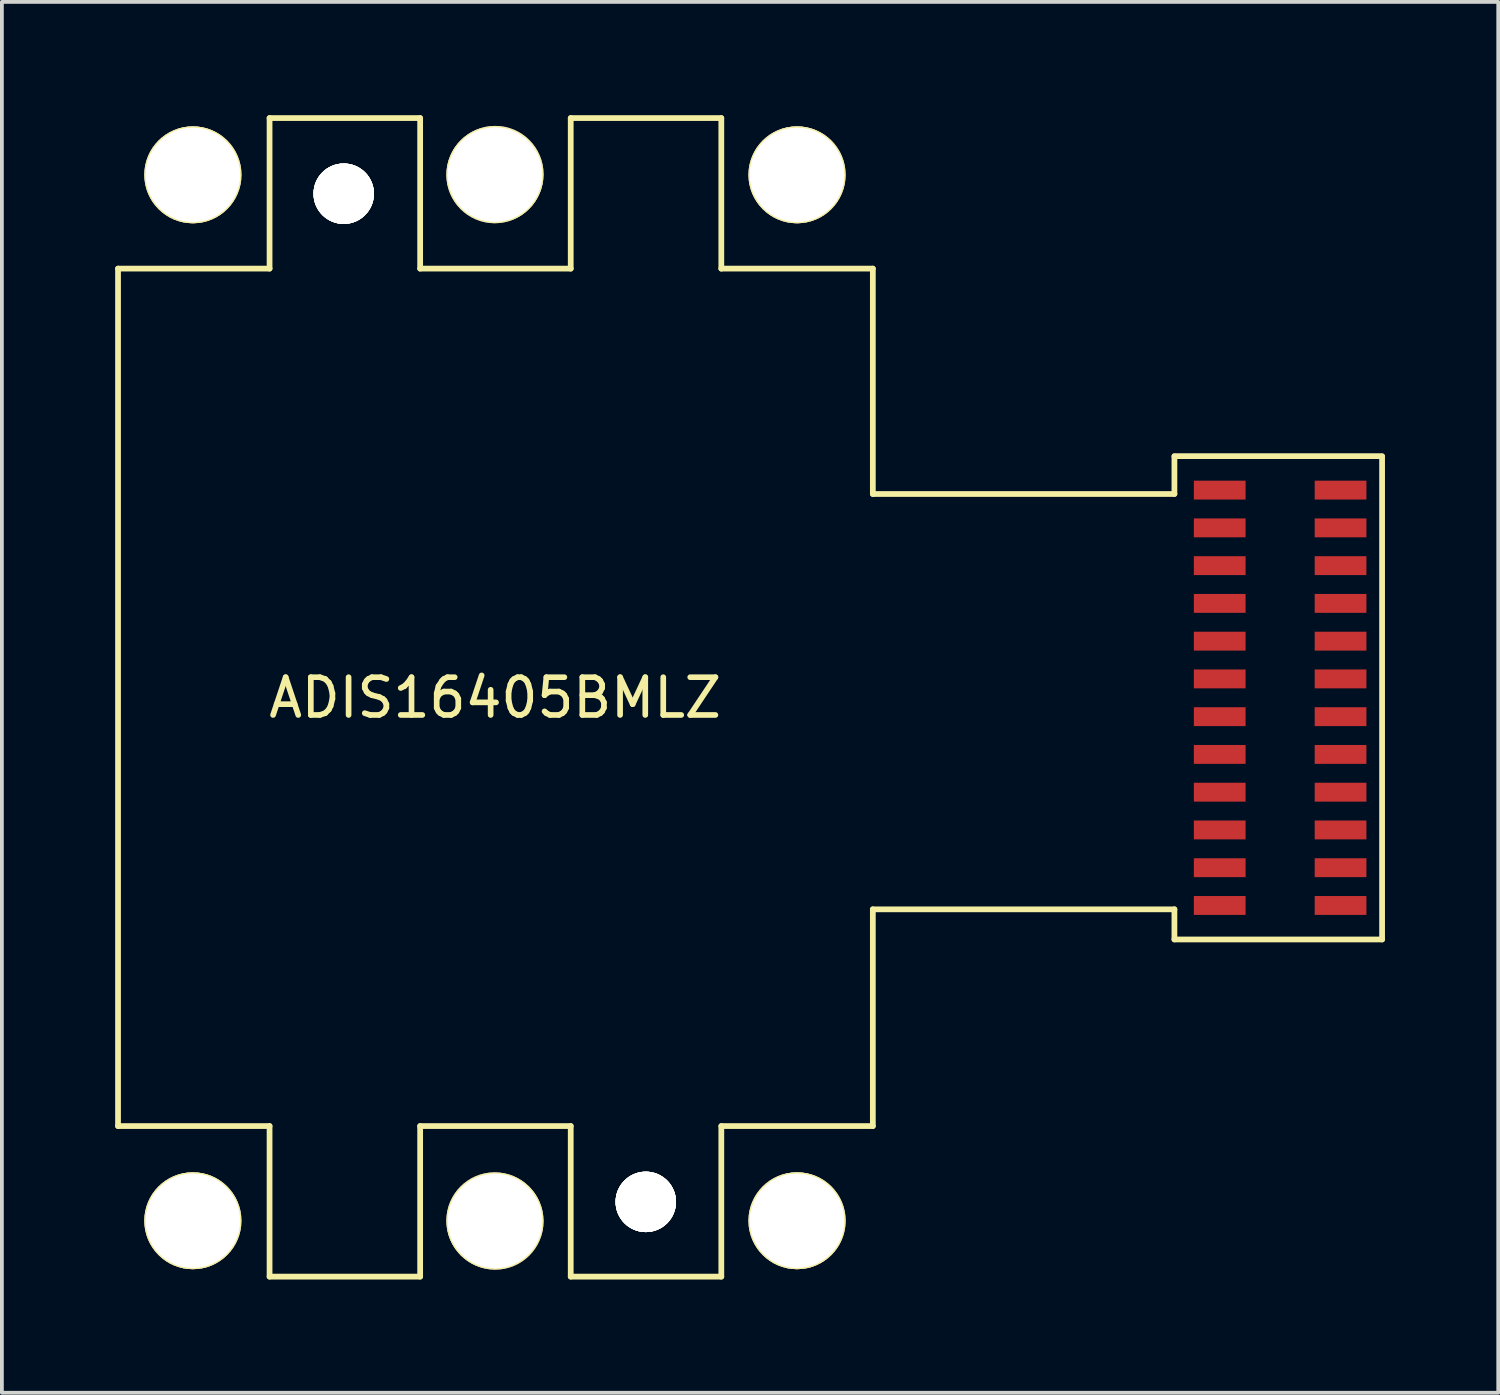
<source format=kicad_pcb>
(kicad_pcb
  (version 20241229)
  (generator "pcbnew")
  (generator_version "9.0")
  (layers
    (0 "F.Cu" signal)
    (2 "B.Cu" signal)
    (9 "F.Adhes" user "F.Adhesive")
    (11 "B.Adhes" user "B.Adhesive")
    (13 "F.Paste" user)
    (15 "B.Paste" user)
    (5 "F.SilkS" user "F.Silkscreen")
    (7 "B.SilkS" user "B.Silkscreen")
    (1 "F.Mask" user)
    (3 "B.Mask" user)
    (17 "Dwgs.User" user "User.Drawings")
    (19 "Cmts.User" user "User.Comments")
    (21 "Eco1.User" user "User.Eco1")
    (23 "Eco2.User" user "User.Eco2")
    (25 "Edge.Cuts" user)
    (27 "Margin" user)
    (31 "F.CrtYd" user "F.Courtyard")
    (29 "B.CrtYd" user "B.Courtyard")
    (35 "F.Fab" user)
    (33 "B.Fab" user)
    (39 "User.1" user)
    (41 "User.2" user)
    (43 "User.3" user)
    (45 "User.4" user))
  (footprint "ADIS16405BMLZ"
    (layer "F.Cu")
    (at 2.053 1.58)
    (property "Reference" "ADIS16405BMLZ" (at 8.01 13.85 0) (layer "F.SilkS") (effects (font (size 1 1) (thickness 0.15))))
    (attr through_hole)
    (fp_line (start -1.977 2.484) (end -1.977 25.192) (stroke (width 0.152) (type solid)) (layer "F.SilkS"))
    (fp_line (start -1.977 2.484) (end 2.036 2.484) (stroke (width 0.152) (type solid)) (layer "F.SilkS"))
    (fp_line (start -1.977 25.192) (end 2.036 25.192) (stroke (width 0.152) (type solid)) (layer "F.SilkS"))
    (fp_line (start 2.036 -1.503) (end 6.024 -1.503) (stroke (width 0.152) (type solid)) (layer "F.SilkS"))
    (fp_line (start 2.036 2.484) (end 2.036 -1.503) (stroke (width 0.152) (type solid)) (layer "F.SilkS"))
    (fp_line (start 2.036 25.192) (end 2.036 29.18) (stroke (width 0.152) (type solid)) (layer "F.SilkS"))
    (fp_line (start 2.036 29.18) (end 6.024 29.18) (stroke (width 0.152) (type solid)) (layer "F.SilkS"))
    (fp_line (start 6.024 -1.503) (end 6.024 2.484) (stroke (width 0.152) (type solid)) (layer "F.SilkS"))
    (fp_line (start 6.024 2.484) (end 10.012 2.484) (stroke (width 0.152) (type solid)) (layer "F.SilkS"))
    (fp_line (start 6.024 25.192) (end 10.012 25.192) (stroke (width 0.152) (type solid)) (layer "F.SilkS"))
    (fp_line (start 6.024 29.18) (end 6.024 25.192) (stroke (width 0.152) (type solid)) (layer "F.SilkS"))
    (fp_line (start 10.012 -1.503) (end 14 -1.503) (stroke (width 0.152) (type solid)) (layer "F.SilkS"))
    (fp_line (start 10.012 2.484) (end 10.012 -1.503) (stroke (width 0.152) (type solid)) (layer "F.SilkS"))
    (fp_line (start 10.012 25.192) (end 10.012 29.18) (stroke (width 0.152) (type solid)) (layer "F.SilkS"))
    (fp_line (start 10.012 29.18) (end 14 29.18) (stroke (width 0.152) (type solid)) (layer "F.SilkS"))
    (fp_line (start 14 -1.503) (end 14 2.484) (stroke (width 0.152) (type solid)) (layer "F.SilkS"))
    (fp_line (start 14 2.484) (end 18.013 2.484) (stroke (width 0.152) (type solid)) (layer "F.SilkS"))
    (fp_line (start 14 25.192) (end 18.013 25.192) (stroke (width 0.152) (type solid)) (layer "F.SilkS"))
    (fp_line (start 14 29.18) (end 14 25.192) (stroke (width 0.152) (type solid)) (layer "F.SilkS"))
    (fp_line (start 18.013 2.484) (end 18.013 8.453) (stroke (width 0.152) (type solid)) (layer "F.SilkS"))
    (fp_line (start 18.013 8.453) (end 26 8.453) (stroke (width 0.152) (type solid)) (layer "F.SilkS"))
    (fp_line (start 18.013 19.452) (end 18.013 25.192) (stroke (width 0.152) (type solid)) (layer "F.SilkS"))
    (fp_line (start 26 7.45) (end 31.5 7.45) (stroke (width 0.152) (type solid)) (layer "F.SilkS"))
    (fp_line (start 26 8.45) (end 26 7.459) (stroke (width 0.152) (type solid)) (layer "F.SilkS"))
    (fp_line (start 26 19.452) (end 18.013 19.452) (stroke (width 0.152) (type solid)) (layer "F.SilkS"))
    (fp_line (start 26 20.25) (end 26 19.452) (stroke (width 0.152) (type solid)) (layer "F.SilkS"))
    (fp_line (start 31.5 7.463) (end 31.5 20.25) (stroke (width 0.152) (type solid)) (layer "F.SilkS"))
    (fp_line (start 31.5 20.25) (end 26 20.25) (stroke (width 0.152) (type solid)) (layer "F.SilkS"))
    (pad "1" smd rect (at 30.4 8.35) (size 1.37 0.5) (layers "F.Cu" "F.Mask" "F.Paste"))
    (pad "2" smd rect (at 27.2 8.35) (size 1.37 0.5) (layers "F.Cu" "F.Mask" "F.Paste"))
    (pad "3" smd rect (at 30.4 9.35) (size 1.37 0.5) (layers "F.Cu" "F.Mask" "F.Paste"))
    (pad "4" smd rect (at 27.2 9.35) (size 1.37 0.5) (layers "F.Cu" "F.Mask" "F.Paste"))
    (pad "5" smd rect (at 30.4 10.35) (size 1.37 0.5) (layers "F.Cu" "F.Mask" "F.Paste"))
    (pad "6" smd rect (at 27.2 10.35) (size 1.37 0.5) (layers "F.Cu" "F.Mask" "F.Paste"))
    (pad "7" smd rect (at 30.4 11.35) (size 1.37 0.5) (layers "F.Cu" "F.Mask" "F.Paste"))
    (pad "8" smd rect (at 27.2 11.35) (size 1.37 0.5) (layers "F.Cu" "F.Mask" "F.Paste"))
    (pad "9" smd rect (at 30.4 12.35) (size 1.37 0.5) (layers "F.Cu" "F.Mask" "F.Paste"))
    (pad "10" smd rect (at 27.2 12.35) (size 1.37 0.5) (layers "F.Cu" "F.Mask" "F.Paste"))
    (pad "11" smd rect (at 30.4 13.35) (size 1.37 0.5) (layers "F.Cu" "F.Mask" "F.Paste"))
    (pad "12" smd rect (at 27.2 13.35) (size 1.37 0.5) (layers "F.Cu" "F.Mask" "F.Paste"))
    (pad "13" smd rect (at 30.4 14.35) (size 1.37 0.5) (layers "F.Cu" "F.Mask" "F.Paste"))
    (pad "14" smd rect (at 27.2 14.35) (size 1.37 0.5) (layers "F.Cu" "F.Mask" "F.Paste"))
    (pad "15" smd rect (at 30.4 15.35) (size 1.37 0.5) (layers "F.Cu" "F.Mask" "F.Paste"))
    (pad "16" smd rect (at 27.2 15.35) (size 1.37 0.5) (layers "F.Cu" "F.Mask" "F.Paste"))
    (pad "17" smd rect (at 30.4 16.35) (size 1.37 0.5) (layers "F.Cu" "F.Mask" "F.Paste"))
    (pad "18" smd rect (at 27.2 16.35) (size 1.37 0.5) (layers "F.Cu" "F.Mask" "F.Paste"))
    (pad "19" smd rect (at 30.4 17.35) (size 1.37 0.5) (layers "F.Cu" "F.Mask" "F.Paste"))
    (pad "20" smd rect (at 27.2 17.35) (size 1.37 0.5) (layers "F.Cu" "F.Mask" "F.Paste"))
    (pad "21" smd rect (at 30.4 18.35) (size 1.37 0.5) (layers "F.Cu" "F.Mask" "F.Paste"))
    (pad "22" smd rect (at 27.2 18.35) (size 1.37 0.5) (layers "F.Cu" "F.Mask" "F.Paste"))
    (pad "23" smd rect (at 30.4 19.35) (size 1.37 0.5) (layers "F.Cu" "F.Mask" "F.Paste"))
    (pad "24" smd rect (at 27.2 19.35) (size 1.37 0.5) (layers "F.Cu" "F.Mask" "F.Paste"))
    (pad "25" thru_hole circle (at 4 0.5) (size 1.6 1.6) (drill 1.6) (layers "*.Cu" "*.Mask" "F.SilkS"))
    (pad "25" thru_hole circle (at 4 0.5) (size 1.6 1.6) (drill 1.6) (layers "*.Cu" "*.Mask" "F.SilkS"))
    (pad "26" thru_hole circle (at 12 27.2) (size 1.6 1.6) (drill 1.6) (layers "*.Cu" "*.Mask" "F.SilkS"))
    (pad "26" thru_hole circle (at 12 27.2) (size 1.6 1.6) (drill 1.6) (layers "*.Cu" "*.Mask" "F.SilkS"))
    (pad "27" thru_hole circle (at 0 0) (size 2.565 2.565) (drill 2.489) (layers "*.Cu" "*.Mask" "F.SilkS"))
    (pad "27" thru_hole circle (at 0.01 -0.000102) (size 2.565 2.565) (drill 2.489) (layers "*.Cu" "*.Mask" "F.SilkS"))
    (pad "28" thru_hole circle (at 16 0) (size 2.565 2.565) (drill 2.489) (layers "*.Cu" "*.Mask" "F.SilkS"))
    (pad "28" thru_hole circle (at 16.01 -0.000102) (size 2.565 2.565) (drill 2.489) (layers "*.Cu" "*.Mask" "F.SilkS"))
    (pad "29" thru_hole circle (at 0 27.7) (size 2.565 2.565) (drill 2.489) (layers "*.Cu" "*.Mask" "F.SilkS"))
    (pad "29" thru_hole circle (at 0.009 27.7) (size 2.565 2.565) (drill 2.489) (layers "*.Cu" "*.Mask" "F.SilkS"))
    (pad "30" thru_hole circle (at 16 27.7) (size 2.565 2.565) (drill 2.489) (layers "*.Cu" "*.Mask" "F.SilkS"))
    (pad "30" thru_hole circle (at 16.011 27.7) (size 2.565 2.565) (drill 2.489) (layers "*.Cu" "*.Mask" "F.SilkS"))
    (pad "31" thru_hole circle (at 8 27.7) (size 2.565 2.565) (drill 2.489) (layers "*.Cu" "*.Mask" "F.SilkS"))
    (pad "31" thru_hole circle (at 8.01 27.713) (size 2.565 2.565) (drill 2.489) (layers "*.Cu" "*.Mask" "F.SilkS"))
    (pad "32" thru_hole circle (at 8 0) (size 2.565 2.565) (drill 2.489) (layers "*.Cu" "*.Mask" "F.SilkS"))
    (pad "32" thru_hole circle (at 8.01 -0.013) (size 2.565 2.565) (drill 2.489) (layers "*.Cu" "*.Mask" "F.SilkS")))
  (gr_rect
    (start -3 -3)
    (end 36.629 33.836)
    (stroke (width 0.1) (type default))
    (fill no)
    (layer "Edge.Cuts")))
</source>
